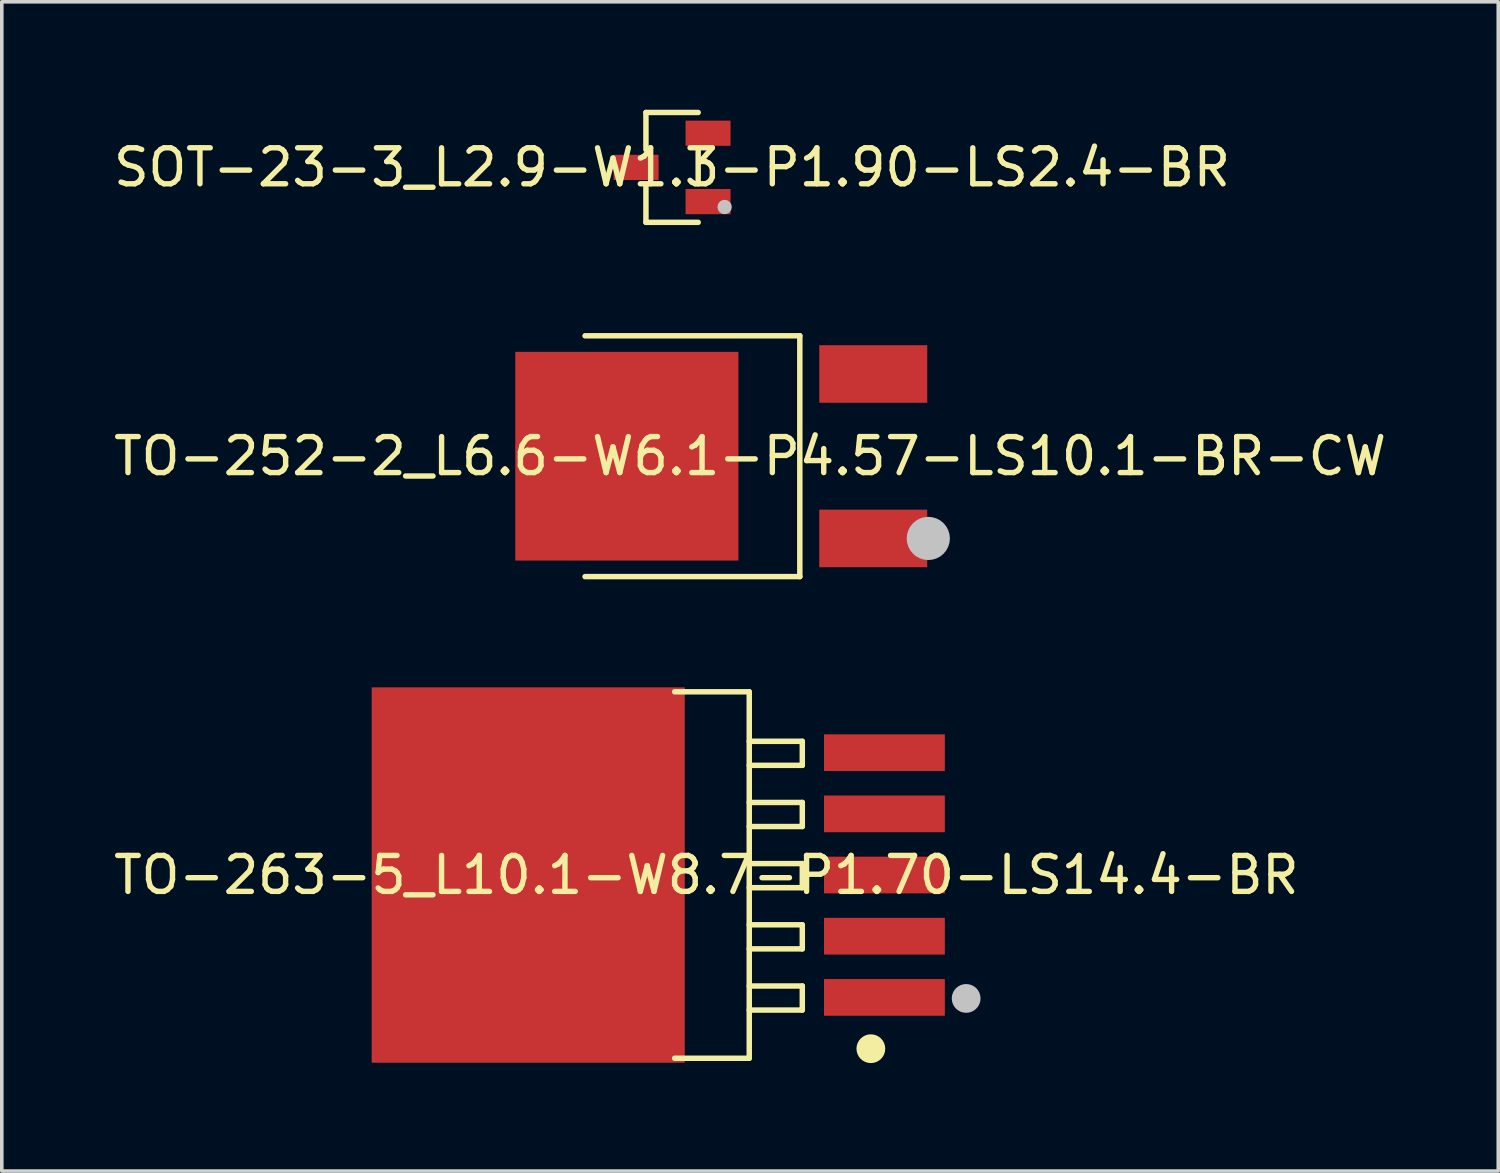
<source format=kicad_pcb>
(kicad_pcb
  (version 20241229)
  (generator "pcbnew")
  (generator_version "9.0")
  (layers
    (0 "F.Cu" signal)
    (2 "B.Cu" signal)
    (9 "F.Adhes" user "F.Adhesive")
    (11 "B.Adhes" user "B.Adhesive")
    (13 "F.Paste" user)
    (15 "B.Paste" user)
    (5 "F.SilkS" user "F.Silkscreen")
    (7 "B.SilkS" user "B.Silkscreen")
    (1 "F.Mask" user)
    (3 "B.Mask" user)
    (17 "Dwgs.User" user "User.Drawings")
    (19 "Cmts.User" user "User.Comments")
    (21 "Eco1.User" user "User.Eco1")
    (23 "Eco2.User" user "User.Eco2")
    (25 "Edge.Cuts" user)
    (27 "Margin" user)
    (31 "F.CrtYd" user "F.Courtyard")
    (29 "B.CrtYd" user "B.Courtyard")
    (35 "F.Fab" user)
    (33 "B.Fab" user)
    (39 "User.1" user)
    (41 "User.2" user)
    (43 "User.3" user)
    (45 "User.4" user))
  (footprint "SOT-23-3_L2.9-W1.3-P1.90-LS2.4-BR"
    (layer "F.Cu")
    (at 15.625 1.602)
    (property "Reference" "SOT-23-3_L2.9-W1.3-P1.90-LS2.4-BR" (at 0 0 0) (layer "F.SilkS") (effects (font (size 1 1) (thickness 0.15))))
    (fp_line (start -0.726 -1.526) (end -0.726 -0.494) (stroke (width 0.152) (type default)) (layer "F.SilkS"))
    (fp_line (start -0.726 1.526) (end -0.726 0.494) (stroke (width 0.152) (type default)) (layer "F.SilkS"))
    (fp_line (start 0.726 -1.526) (end -0.726 -1.526) (stroke (width 0.152) (type default)) (layer "F.SilkS"))
    (fp_line (start 0.726 -0.456) (end 0.726 0.456) (stroke (width 0.152) (type default)) (layer "F.SilkS"))
    (fp_line (start 0.726 1.526) (end -0.726 1.526) (stroke (width 0.152) (type default)) (layer "F.SilkS"))
    (fp_circle (center 1.46 1.1) (end 1.56 1.1) (stroke (width 0.2) (type default)) (fill no) (layer "Dwgs.User"))
    (fp_poly (pts (xy -1.2 0.215) (xy -1.2 -0.215) (xy -0.9 -0.215) (xy -0.9 0.215)) (stroke (width 0.1) (type default)) (fill no) (layer "User.1"))
    (fp_poly (pts (xy -0.91 0.215) (xy -0.91 -0.215) (xy -0.64 -0.215) (xy -0.64 0.215)) (stroke (width 0.1) (type default)) (fill no) (layer "User.1"))
    (fp_poly (pts (xy 0.64 -0.735) (xy 0.64 -1.165) (xy 0.91 -1.165) (xy 0.91 -0.735)) (stroke (width 0.1) (type default)) (fill no) (layer "User.1"))
    (fp_poly (pts (xy 0.64 1.165) (xy 0.64 0.735) (xy 0.91 0.735) (xy 0.91 1.165)) (stroke (width 0.1) (type default)) (fill no) (layer "User.1"))
    (fp_poly (pts (xy 0.9 -0.735) (xy 0.9 -1.165) (xy 1.2 -1.165) (xy 1.2 -0.735)) (stroke (width 0.1) (type default)) (fill no) (layer "User.1"))
    (fp_poly (pts (xy 0.9 1.165) (xy 0.9 0.735) (xy 1.2 0.735) (xy 1.2 1.165)) (stroke (width 0.1) (type default)) (fill no) (layer "User.1"))
    (fp_line (start -0.65 -1.45) (end 0.65 -1.45) (stroke (width 0.051) (type default)) (layer "User.2"))
    (fp_line (start -0.65 1.45) (end -0.65 -1.45) (stroke (width 0.051) (type default)) (layer "User.2"))
    (fp_line (start 0.65 -1.45) (end 0.65 1.45) (stroke (width 0.051) (type default)) (layer "User.2"))
    (fp_line (start 0.65 1.45) (end -0.65 1.45) (stroke (width 0.051) (type default)) (layer "User.2"))
    (fp_poly (pts (xy 1.26 1.45) (xy 1.242 1.408) (xy 1.2 1.39) (xy 1.158 1.408) (xy 1.14 1.45) (xy 1.158 1.492) (xy 1.2 1.51) (xy 1.242 1.492)) (stroke (width 0.1) (type default)) (fill no) (layer "User.3"))
    (pad "1" smd rect (at 1 0.95) (size 1.25 0.7) (layers "F.Cu" "F.Mask" "F.Paste"))
    (pad "2" smd rect (at 1 -0.95) (size 1.25 0.7) (layers "F.Cu" "F.Mask" "F.Paste"))
    (pad "3" smd rect (at -1 0) (size 1.25 0.7) (layers "F.Cu" "F.Mask" "F.Paste")))
  (footprint "TO-252-2_L6.6-W6.1-P4.57-LS10.1-BR-CW"
    (layer "F.Cu")
    (at 17.792 9.627)
    (property "Reference" "TO-252-2_L6.6-W6.1-P4.57-LS10.1-BR-CW" (at 0 0 0) (layer "F.SilkS") (effects (font (size 1 1) (thickness 0.15))))
    (fp_line (start -4.585 -3.346) (end 1.383 -3.346) (stroke (width 0.152) (type default)) (layer "F.SilkS"))
    (fp_line (start -4.585 3.346) (end 1.383 3.346) (stroke (width 0.152) (type default)) (layer "F.SilkS"))
    (fp_line (start 1.383 3.346) (end 1.383 -3.346) (stroke (width 0.152) (type default)) (layer "F.SilkS"))
    (fp_circle (center 4.953 2.285) (end 5.253 2.285) (stroke (width 0.6) (type default)) (fill no) (layer "Dwgs.User"))
    (fp_poly (pts (xy -6.099 2.64) (xy -6.099 -2.64) (xy -0.749 -2.64) (xy -0.749 2.64)) (stroke (width 0.1) (type default)) (fill no) (layer "User.1"))
    (fp_poly (pts (xy 1.21 2.665) (xy 1.21 1.905) (xy 2.481 1.905) (xy 2.481 2.665)) (stroke (width 0.1) (type default)) (fill no) (layer "User.1"))
    (fp_poly (pts (xy 1.211 -1.905) (xy 1.211 -2.665) (xy 2.482 -2.665) (xy 2.482 -1.905)) (stroke (width 0.1) (type default)) (fill no) (layer "User.1"))
    (fp_poly (pts (xy 2.471 -1.905) (xy 2.471 -2.665) (xy 4.061 -2.665) (xy 4.061 -1.905)) (stroke (width 0.1) (type default)) (fill no) (layer "User.1"))
    (fp_poly (pts (xy 2.471 2.665) (xy 2.471 1.905) (xy 4.061 1.905) (xy 4.061 2.665)) (stroke (width 0.1) (type default)) (fill no) (layer "User.1"))
    (fp_line (start -4.873 -3.27) (end 1.222 -3.27) (stroke (width 0.051) (type default)) (layer "User.2"))
    (fp_line (start -4.873 3.27) (end -4.873 -3.27) (stroke (width 0.051) (type default)) (layer "User.2"))
    (fp_line (start 1.222 -3.27) (end 1.222 3.27) (stroke (width 0.051) (type default)) (layer "User.2"))
    (fp_line (start 1.222 3.27) (end -4.873 3.27) (stroke (width 0.051) (type default)) (layer "User.2"))
    (fp_poly (pts (xy 4.122 3.27) (xy 4.104 3.228) (xy 4.061 3.21) (xy 4.019 3.228) (xy 4.002 3.27) (xy 4.019 3.312) (xy 4.061 3.33) (xy 4.104 3.312)) (stroke (width 0.1) (type default)) (fill no) (layer "User.3"))
    (pad "1" smd rect (at 3.423 2.285) (size 3 1.6) (layers "F.Cu" "F.Mask" "F.Paste"))
    (pad "2" smd rect (at -3.424 0) (size 6.2 5.8) (layers "F.Cu" "F.Mask" "F.Paste"))
    (pad "3" smd rect (at 3.424 -2.285) (size 3 1.6) (layers "F.Cu" "F.Mask" "F.Paste")))
  (footprint "TO-263-5_L10.1-W8.7-P1.70-LS14.4-BR"
    (layer "F.Cu")
    (at 16.577 21.265)
    (property "Reference" "TO-263-5_L10.1-W8.7-P1.70-LS14.4-BR" (at 0 0 0) (layer "F.SilkS") (effects (font (size 1 1) (thickness 0.15))))
    (fp_line (start -0.88 -5.091) (end 1.193 -5.091) (stroke (width 0.152) (type default)) (layer "F.SilkS"))
    (fp_line (start -0.88 5.091) (end 1.193 5.091) (stroke (width 0.152) (type default)) (layer "F.SilkS"))
    (fp_line (start 1.193 -3.716) (end 2.667 -3.716) (stroke (width 0.152) (type default)) (layer "F.SilkS"))
    (fp_line (start 1.193 -2.017) (end 2.667 -2.017) (stroke (width 0.152) (type default)) (layer "F.SilkS"))
    (fp_line (start 1.193 -0.317) (end 2.667 -0.317) (stroke (width 0.152) (type default)) (layer "F.SilkS"))
    (fp_line (start 1.193 1.383) (end 2.667 1.383) (stroke (width 0.152) (type default)) (layer "F.SilkS"))
    (fp_line (start 1.193 3.083) (end 2.667 3.083) (stroke (width 0.152) (type default)) (layer "F.SilkS"))
    (fp_line (start 1.193 5.091) (end 1.193 -5.091) (stroke (width 0.152) (type default)) (layer "F.SilkS"))
    (fp_line (start 2.667 -3.716) (end 2.667 -3.048) (stroke (width 0.152) (type default)) (layer "F.SilkS"))
    (fp_line (start 2.667 -3.048) (end 1.193 -3.048) (stroke (width 0.152) (type default)) (layer "F.SilkS"))
    (fp_line (start 2.667 -2.017) (end 2.667 -1.348) (stroke (width 0.152) (type default)) (layer "F.SilkS"))
    (fp_line (start 2.667 -1.348) (end 1.193 -1.348) (stroke (width 0.152) (type default)) (layer "F.SilkS"))
    (fp_line (start 2.667 -0.317) (end 2.667 0.352) (stroke (width 0.152) (type default)) (layer "F.SilkS"))
    (fp_line (start 2.667 0.352) (end 1.193 0.352) (stroke (width 0.152) (type default)) (layer "F.SilkS"))
    (fp_line (start 2.667 1.383) (end 2.667 2.052) (stroke (width 0.152) (type default)) (layer "F.SilkS"))
    (fp_line (start 2.667 2.052) (end 1.193 2.052) (stroke (width 0.152) (type default)) (layer "F.SilkS"))
    (fp_line (start 2.667 3.083) (end 2.667 3.752) (stroke (width 0.152) (type default)) (layer "F.SilkS"))
    (fp_line (start 2.667 3.752) (end 1.193 3.752) (stroke (width 0.152) (type default)) (layer "F.SilkS"))
    (fp_circle (center 4.572 4.826) (end 4.772 4.826) (stroke (width 0.4) (type default)) (fill no) (layer "F.SilkS"))
    (fp_circle (center 7.22 3.429) (end 7.42 3.429) (stroke (width 0.4) (type default)) (fill no) (layer "Dwgs.User"))
    (fp_poly (pts (xy 3.864 -3.805) (xy 3.864 -2.995) (xy 1.107 -2.995) (xy 1.107 -3.805)) (stroke (width 0.1) (type default)) (fill no) (layer "User.1"))
    (fp_poly (pts (xy 3.864 -2.105) (xy 3.864 -1.295) (xy 1.107 -1.295) (xy 1.107 -2.105)) (stroke (width 0.1) (type default)) (fill no) (layer "User.1"))
    (fp_poly (pts (xy 3.864 -0.405) (xy 3.864 0.405) (xy 1.107 0.405) (xy 1.107 -0.405)) (stroke (width 0.1) (type default)) (fill no) (layer "User.1"))
    (fp_poly (pts (xy 3.864 1.295) (xy 3.864 2.105) (xy 1.107 2.105) (xy 1.107 1.295)) (stroke (width 0.1) (type default)) (fill no) (layer "User.1"))
    (fp_poly (pts (xy 3.864 2.995) (xy 3.864 3.805) (xy 1.107 3.805) (xy 1.107 2.995)) (stroke (width 0.1) (type default)) (fill no) (layer "User.1"))
    (fp_poly (pts (xy 5.814 -3.805) (xy 5.814 -2.995) (xy 3.774 -2.995) (xy 3.774 -3.805)) (stroke (width 0.1) (type default)) (fill no) (layer "User.1"))
    (fp_poly (pts (xy 5.814 -2.105) (xy 5.814 -1.295) (xy 3.774 -1.295) (xy 3.774 -2.105)) (stroke (width 0.1) (type default)) (fill no) (layer "User.1"))
    (fp_poly (pts (xy 5.814 -0.405) (xy 5.814 0.405) (xy 3.774 0.405) (xy 3.774 -0.405)) (stroke (width 0.1) (type default)) (fill no) (layer "User.1"))
    (fp_poly (pts (xy 5.814 1.295) (xy 5.814 2.105) (xy 3.774 2.105) (xy 3.774 1.295)) (stroke (width 0.1) (type default)) (fill no) (layer "User.1"))
    (fp_poly (pts (xy 5.814 2.995) (xy 5.814 3.805) (xy 3.774 3.805) (xy 3.774 2.995)) (stroke (width 0.1) (type default)) (fill no) (layer "User.1"))
    (fp_poly (pts (xy -0.583 -5.05) (xy -0.583 5.05) (xy -7.55 5.05) (xy -8.553 4.012) (xy -8.553 -4.012) (xy -7.55 -5.05)) (stroke (width 0.1) (type default)) (fill no) (layer "User.1"))
    (fp_line (start -7.604 -5.05) (end 1.136 -5.05) (stroke (width 0.051) (type default)) (layer "User.2"))
    (fp_line (start -7.604 5.05) (end -7.604 -5.05) (stroke (width 0.051) (type default)) (layer "User.2"))
    (fp_line (start 1.136 -5.05) (end 1.136 5.05) (stroke (width 0.051) (type default)) (layer "User.2"))
    (fp_line (start 1.136 5.05) (end -7.604 5.05) (stroke (width 0.051) (type default)) (layer "User.2"))
    (fp_poly (pts (xy 5.874 5.05) (xy 5.856 5.008) (xy 5.814 4.99) (xy 5.772 5.008) (xy 5.754 5.05) (xy 5.772 5.092) (xy 5.814 5.11) (xy 5.856 5.092)) (stroke (width 0.1) (type default)) (fill no) (layer "User.3"))
    (pad "1" smd rect (at 4.949 3.4) (size 3.358 1.02) (layers "F.Cu" "F.Mask" "F.Paste"))
    (pad "2" smd rect (at 4.949 1.7) (size 3.358 1.02) (layers "F.Cu" "F.Mask" "F.Paste"))
    (pad "3" smd rect (at 4.949 0) (size 3.358 1.02) (layers "F.Cu" "F.Mask" "F.Paste"))
    (pad "4" smd rect (at 4.949 -1.7) (size 3.358 1.02) (layers "F.Cu" "F.Mask" "F.Paste"))
    (pad "5" smd rect (at 4.949 -3.4) (size 3.358 1.02) (layers "F.Cu" "F.Mask" "F.Paste"))
    (pad "6" smd rect (at -4.949 0) (size 8.7 10.431) (layers "F.Cu" "F.Mask" "F.Paste")))
  (gr_rect
    (start -3 -3)
    (end 38.583 29.491)
    (stroke (width 0.1) (type default))
    (fill no)
    (layer "Edge.Cuts")))
</source>
